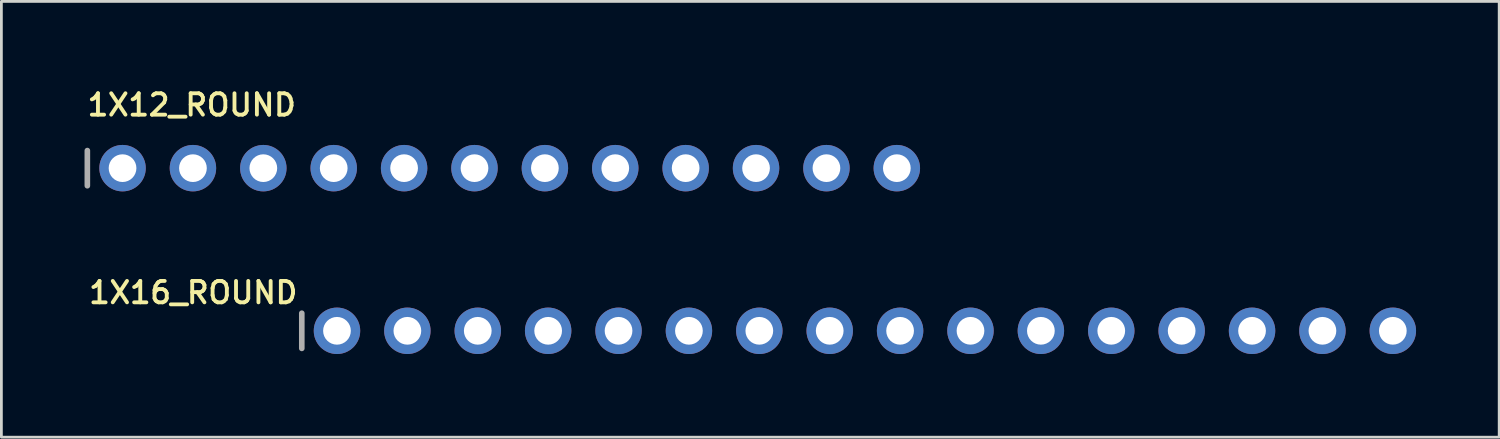
<source format=kicad_pcb>
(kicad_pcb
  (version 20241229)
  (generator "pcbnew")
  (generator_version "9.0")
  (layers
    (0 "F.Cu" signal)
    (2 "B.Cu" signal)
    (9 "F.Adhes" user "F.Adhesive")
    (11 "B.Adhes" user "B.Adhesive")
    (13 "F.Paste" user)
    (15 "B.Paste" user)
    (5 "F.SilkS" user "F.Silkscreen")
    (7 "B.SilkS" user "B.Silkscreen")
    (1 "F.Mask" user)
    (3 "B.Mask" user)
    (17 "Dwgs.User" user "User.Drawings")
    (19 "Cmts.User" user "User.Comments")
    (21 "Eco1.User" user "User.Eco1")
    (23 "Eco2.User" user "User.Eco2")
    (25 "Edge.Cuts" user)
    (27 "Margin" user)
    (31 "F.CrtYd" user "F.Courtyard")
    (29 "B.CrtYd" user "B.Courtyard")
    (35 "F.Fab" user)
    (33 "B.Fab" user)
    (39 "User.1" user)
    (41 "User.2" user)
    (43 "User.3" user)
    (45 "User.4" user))
  (footprint "1X16_ROUND"
    (layer "F.Cu")
    (at 28.16 8.887)
    (property "Reference" "1X16_ROUND" (at -20.396 -1.829 180) (layer "F.SilkS") (effects (font (size 0.772 0.772) (thickness 0.139)) (justify right top)))
    (attr through_hole)
    (fp_line (start -20.32 -0.635) (end -20.32 0.635) (stroke (width 0.203) (type solid)) (layer "F.Fab"))
    (fp_poly (pts (xy -19.304 0.254) (xy -18.796 0.254) (xy -18.796 -0.254) (xy -19.304 -0.254)) (stroke (width 0.1) (type solid)) (fill no) (layer "F.Fab"))
    (fp_poly (pts (xy -16.764 0.254) (xy -16.256 0.254) (xy -16.256 -0.254) (xy -16.764 -0.254)) (stroke (width 0.1) (type solid)) (fill no) (layer "F.Fab"))
    (fp_poly (pts (xy -14.224 0.254) (xy -13.716 0.254) (xy -13.716 -0.254) (xy -14.224 -0.254)) (stroke (width 0.1) (type solid)) (fill no) (layer "F.Fab"))
    (fp_poly (pts (xy -11.684 0.254) (xy -11.176 0.254) (xy -11.176 -0.254) (xy -11.684 -0.254)) (stroke (width 0.1) (type solid)) (fill no) (layer "F.Fab"))
    (fp_poly (pts (xy -9.144 0.254) (xy -8.636 0.254) (xy -8.636 -0.254) (xy -9.144 -0.254)) (stroke (width 0.1) (type solid)) (fill no) (layer "F.Fab"))
    (fp_poly (pts (xy -6.604 0.254) (xy -6.096 0.254) (xy -6.096 -0.254) (xy -6.604 -0.254)) (stroke (width 0.1) (type solid)) (fill no) (layer "F.Fab"))
    (fp_poly (pts (xy -4.064 0.254) (xy -3.556 0.254) (xy -3.556 -0.254) (xy -4.064 -0.254)) (stroke (width 0.1) (type solid)) (fill no) (layer "F.Fab"))
    (fp_poly (pts (xy -1.524 0.254) (xy -1.016 0.254) (xy -1.016 -0.254) (xy -1.524 -0.254)) (stroke (width 0.1) (type solid)) (fill no) (layer "F.Fab"))
    (fp_poly (pts (xy 1.016 0.254) (xy 1.524 0.254) (xy 1.524 -0.254) (xy 1.016 -0.254)) (stroke (width 0.1) (type solid)) (fill no) (layer "F.Fab"))
    (fp_poly (pts (xy 3.556 0.254) (xy 4.064 0.254) (xy 4.064 -0.254) (xy 3.556 -0.254)) (stroke (width 0.1) (type solid)) (fill no) (layer "F.Fab"))
    (fp_poly (pts (xy 6.096 0.254) (xy 6.604 0.254) (xy 6.604 -0.254) (xy 6.096 -0.254)) (stroke (width 0.1) (type solid)) (fill no) (layer "F.Fab"))
    (fp_poly (pts (xy 8.636 0.254) (xy 9.144 0.254) (xy 9.144 -0.254) (xy 8.636 -0.254)) (stroke (width 0.1) (type solid)) (fill no) (layer "F.Fab"))
    (fp_poly (pts (xy 11.176 0.254) (xy 11.684 0.254) (xy 11.684 -0.254) (xy 11.176 -0.254)) (stroke (width 0.1) (type solid)) (fill no) (layer "F.Fab"))
    (fp_poly (pts (xy 13.716 0.254) (xy 14.224 0.254) (xy 14.224 -0.254) (xy 13.716 -0.254)) (stroke (width 0.1) (type solid)) (fill no) (layer "F.Fab"))
    (fp_poly (pts (xy 16.256 0.254) (xy 16.764 0.254) (xy 16.764 -0.254) (xy 16.256 -0.254)) (stroke (width 0.1) (type solid)) (fill no) (layer "F.Fab"))
    (fp_poly (pts (xy 18.796 0.254) (xy 19.304 0.254) (xy 19.304 -0.254) (xy 18.796 -0.254)) (stroke (width 0.1) (type solid)) (fill no) (layer "F.Fab"))
    (pad "1" thru_hole circle (at -19.05 0 90) (size 1.676 1.676) (drill 1) (layers "*.Cu" "*.Mask"))
    (pad "2" thru_hole circle (at -16.51 0 90) (size 1.676 1.676) (drill 1) (layers "*.Cu" "*.Mask"))
    (pad "3" thru_hole circle (at -13.97 0 90) (size 1.676 1.676) (drill 1) (layers "*.Cu" "*.Mask"))
    (pad "4" thru_hole circle (at -11.43 0 90) (size 1.676 1.676) (drill 1) (layers "*.Cu" "*.Mask"))
    (pad "5" thru_hole circle (at -8.89 0 90) (size 1.676 1.676) (drill 1) (layers "*.Cu" "*.Mask"))
    (pad "6" thru_hole circle (at -6.35 0 90) (size 1.676 1.676) (drill 1) (layers "*.Cu" "*.Mask"))
    (pad "7" thru_hole circle (at -3.81 0 90) (size 1.676 1.676) (drill 1) (layers "*.Cu" "*.Mask"))
    (pad "8" thru_hole circle (at -1.27 0 90) (size 1.676 1.676) (drill 1) (layers "*.Cu" "*.Mask"))
    (pad "9" thru_hole circle (at 1.27 0 90) (size 1.676 1.676) (drill 1) (layers "*.Cu" "*.Mask"))
    (pad "10" thru_hole circle (at 3.81 0 90) (size 1.676 1.676) (drill 1) (layers "*.Cu" "*.Mask"))
    (pad "11" thru_hole circle (at 6.35 0 90) (size 1.676 1.676) (drill 1) (layers "*.Cu" "*.Mask"))
    (pad "12" thru_hole circle (at 8.89 0 90) (size 1.676 1.676) (drill 1) (layers "*.Cu" "*.Mask"))
    (pad "13" thru_hole circle (at 11.43 0 90) (size 1.676 1.676) (drill 1) (layers "*.Cu" "*.Mask"))
    (pad "14" thru_hole circle (at 13.97 0 90) (size 1.676 1.676) (drill 1) (layers "*.Cu" "*.Mask"))
    (pad "15" thru_hole circle (at 16.51 0 90) (size 1.676 1.676) (drill 1) (layers "*.Cu" "*.Mask"))
    (pad "16" thru_hole circle (at 19.05 0 90) (size 1.676 1.676) (drill 1) (layers "*.Cu" "*.Mask")))
  (footprint "1X12_ROUND"
    (layer "F.Cu")
    (at 15.342 3.018)
    (property "Reference" "1X12_ROUND" (at -15.316 -1.829 0) (layer "F.SilkS") (effects (font (size 0.772 0.772) (thickness 0.139)) (justify left bottom)))
    (attr through_hole)
    (fp_line (start -15.24 -0.635) (end -15.24 0.635) (stroke (width 0.203) (type solid)) (layer "F.Fab"))
    (fp_poly (pts (xy -14.224 0.254) (xy -13.716 0.254) (xy -13.716 -0.254) (xy -14.224 -0.254)) (stroke (width 0.1) (type solid)) (fill no) (layer "F.Fab"))
    (fp_poly (pts (xy -11.684 0.254) (xy -11.176 0.254) (xy -11.176 -0.254) (xy -11.684 -0.254)) (stroke (width 0.1) (type solid)) (fill no) (layer "F.Fab"))
    (fp_poly (pts (xy -9.144 0.254) (xy -8.636 0.254) (xy -8.636 -0.254) (xy -9.144 -0.254)) (stroke (width 0.1) (type solid)) (fill no) (layer "F.Fab"))
    (fp_poly (pts (xy -6.604 0.254) (xy -6.096 0.254) (xy -6.096 -0.254) (xy -6.604 -0.254)) (stroke (width 0.1) (type solid)) (fill no) (layer "F.Fab"))
    (fp_poly (pts (xy -4.064 0.254) (xy -3.556 0.254) (xy -3.556 -0.254) (xy -4.064 -0.254)) (stroke (width 0.1) (type solid)) (fill no) (layer "F.Fab"))
    (fp_poly (pts (xy -1.524 0.254) (xy -1.016 0.254) (xy -1.016 -0.254) (xy -1.524 -0.254)) (stroke (width 0.1) (type solid)) (fill no) (layer "F.Fab"))
    (fp_poly (pts (xy 1.016 0.254) (xy 1.524 0.254) (xy 1.524 -0.254) (xy 1.016 -0.254)) (stroke (width 0.1) (type solid)) (fill no) (layer "F.Fab"))
    (fp_poly (pts (xy 3.556 0.254) (xy 4.064 0.254) (xy 4.064 -0.254) (xy 3.556 -0.254)) (stroke (width 0.1) (type solid)) (fill no) (layer "F.Fab"))
    (fp_poly (pts (xy 6.096 0.254) (xy 6.604 0.254) (xy 6.604 -0.254) (xy 6.096 -0.254)) (stroke (width 0.1) (type solid)) (fill no) (layer "F.Fab"))
    (fp_poly (pts (xy 8.636 0.254) (xy 9.144 0.254) (xy 9.144 -0.254) (xy 8.636 -0.254)) (stroke (width 0.1) (type solid)) (fill no) (layer "F.Fab"))
    (fp_poly (pts (xy 11.176 0.254) (xy 11.684 0.254) (xy 11.684 -0.254) (xy 11.176 -0.254)) (stroke (width 0.1) (type solid)) (fill no) (layer "F.Fab"))
    (fp_poly (pts (xy 13.716 0.254) (xy 14.224 0.254) (xy 14.224 -0.254) (xy 13.716 -0.254)) (stroke (width 0.1) (type solid)) (fill no) (layer "F.Fab"))
    (pad "1" thru_hole circle (at -13.97 0 90) (size 1.676 1.676) (drill 1) (layers "*.Cu" "*.Mask"))
    (pad "2" thru_hole circle (at -11.43 0 90) (size 1.676 1.676) (drill 1) (layers "*.Cu" "*.Mask"))
    (pad "3" thru_hole circle (at -8.89 0 90) (size 1.676 1.676) (drill 1) (layers "*.Cu" "*.Mask"))
    (pad "4" thru_hole circle (at -6.35 0 90) (size 1.676 1.676) (drill 1) (layers "*.Cu" "*.Mask"))
    (pad "5" thru_hole circle (at -3.81 0 90) (size 1.676 1.676) (drill 1) (layers "*.Cu" "*.Mask"))
    (pad "6" thru_hole circle (at -1.27 0 90) (size 1.676 1.676) (drill 1) (layers "*.Cu" "*.Mask"))
    (pad "7" thru_hole circle (at 1.27 0 90) (size 1.676 1.676) (drill 1) (layers "*.Cu" "*.Mask"))
    (pad "8" thru_hole circle (at 3.81 0 90) (size 1.676 1.676) (drill 1) (layers "*.Cu" "*.Mask"))
    (pad "9" thru_hole circle (at 6.35 0 90) (size 1.676 1.676) (drill 1) (layers "*.Cu" "*.Mask"))
    (pad "10" thru_hole circle (at 8.89 0 90) (size 1.676 1.676) (drill 1) (layers "*.Cu" "*.Mask"))
    (pad "11" thru_hole circle (at 11.43 0 90) (size 1.676 1.676) (drill 1) (layers "*.Cu" "*.Mask"))
    (pad "12" thru_hole circle (at 13.97 0 90) (size 1.676 1.676) (drill 1) (layers "*.Cu" "*.Mask")))
  (gr_rect
    (start -3 -3)
    (end 51.048 12.725)
    (stroke (width 0.1) (type default))
    (fill no)
    (layer "Edge.Cuts")))
</source>
